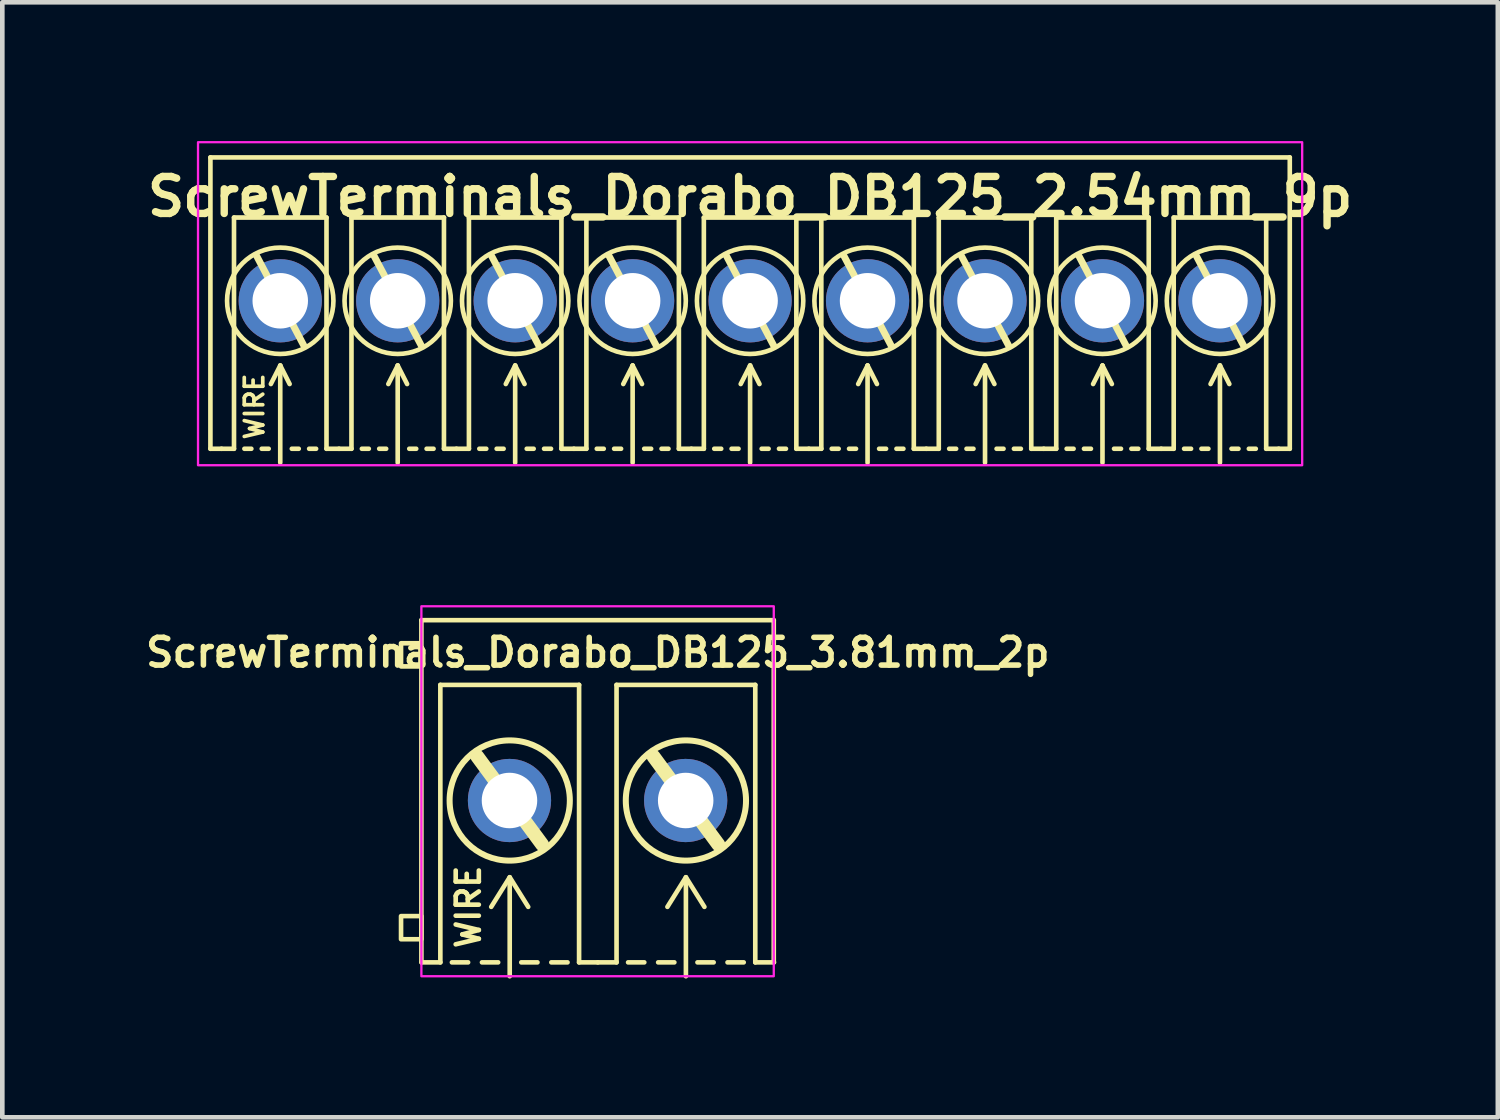
<source format=kicad_pcb>
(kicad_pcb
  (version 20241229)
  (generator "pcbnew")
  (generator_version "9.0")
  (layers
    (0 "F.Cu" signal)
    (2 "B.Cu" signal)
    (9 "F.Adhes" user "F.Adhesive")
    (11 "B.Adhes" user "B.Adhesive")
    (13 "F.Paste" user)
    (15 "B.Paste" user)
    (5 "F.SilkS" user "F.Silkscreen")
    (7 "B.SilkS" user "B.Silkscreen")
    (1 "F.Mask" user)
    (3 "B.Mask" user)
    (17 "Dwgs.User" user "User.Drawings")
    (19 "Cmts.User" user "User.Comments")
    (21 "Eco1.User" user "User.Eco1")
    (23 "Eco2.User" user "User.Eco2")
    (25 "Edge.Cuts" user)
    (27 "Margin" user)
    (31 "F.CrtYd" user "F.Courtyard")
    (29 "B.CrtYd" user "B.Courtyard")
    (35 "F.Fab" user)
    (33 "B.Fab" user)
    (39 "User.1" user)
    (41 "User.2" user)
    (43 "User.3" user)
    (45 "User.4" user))
  (footprint "ScrewTerminals_Dorabo_DB125_3.81mm_2p"
    (layer "F.Cu")
    (at 9.872 14.26)
    (property "Reference" "ScrewTerminals_Dorabo_DB125_3.81mm_2p" (at 0.005 -3.2 0) (unlocked yes) (layer "F.SilkS") (effects (font (size 0.6 0.6) (thickness 0.12) (bold yes))))
    (attr through_hole)
    (fp_line (start -3.81 -3.9) (end 3.81 -3.9) (stroke (width 0.1) (type default)) (layer "F.SilkS"))
    (fp_line (start -3.81 3.5) (end -3.81 -3.9) (stroke (width 0.1) (type default)) (layer "F.SilkS"))
    (fp_line (start -3.805 3.5) (end -3.4 3.5) (stroke (width 0.1) (type default)) (layer "F.SilkS"))
    (fp_line (start -3.4 -2.5) (end -0.4 -2.5) (stroke (width 0.1) (type solid)) (layer "F.SilkS"))
    (fp_line (start -3.4 3.5) (end -3.4 -2.5) (stroke (width 0.1) (type solid)) (layer "F.SilkS"))
    (fp_line (start -2.8 3.5) (end -3.15 3.5) (stroke (width 0.1) (type default)) (layer "F.SilkS"))
    (fp_line (start -2.6 -0.95) (end -1.2 0.95) (stroke (width 0.3) (type default)) (layer "F.SilkS"))
    (fp_line (start -2.15 3.5) (end -2.5 3.5) (stroke (width 0.1) (type default)) (layer "F.SilkS"))
    (fp_line (start -1.9 1.659) (end -2.3 2.3) (stroke (width 0.1) (type default)) (layer "F.SilkS"))
    (fp_line (start -1.9 1.659) (end -1.5 2.3) (stroke (width 0.1) (type default)) (layer "F.SilkS"))
    (fp_line (start -1.9 3.8) (end -1.9 1.679) (stroke (width 0.1) (type default)) (layer "F.SilkS"))
    (fp_line (start -1.65 3.5) (end -1.3 3.5) (stroke (width 0.1) (type default)) (layer "F.SilkS"))
    (fp_line (start -1 3.5) (end -0.65 3.5) (stroke (width 0.1) (type default)) (layer "F.SilkS"))
    (fp_line (start -0.4 -2.5) (end -0.4 3.5) (stroke (width 0.1) (type solid)) (layer "F.SilkS"))
    (fp_line (start -0.4 3.5) (end 0.005 3.5) (stroke (width 0.1) (type default)) (layer "F.SilkS"))
    (fp_line (start 0.005 3.5) (end 0.41 3.5) (stroke (width 0.1) (type default)) (layer "F.SilkS"))
    (fp_line (start 0.41 -2.5) (end 3.41 -2.5) (stroke (width 0.1) (type solid)) (layer "F.SilkS"))
    (fp_line (start 0.41 3.5) (end 0.41 -2.5) (stroke (width 0.1) (type solid)) (layer "F.SilkS"))
    (fp_line (start 1.01 3.5) (end 0.66 3.5) (stroke (width 0.1) (type default)) (layer "F.SilkS"))
    (fp_line (start 1.21 -0.95) (end 2.61 0.95) (stroke (width 0.3) (type default)) (layer "F.SilkS"))
    (fp_line (start 1.66 3.5) (end 1.31 3.5) (stroke (width 0.1) (type default)) (layer "F.SilkS"))
    (fp_line (start 1.91 1.659) (end 1.51 2.3) (stroke (width 0.1) (type default)) (layer "F.SilkS"))
    (fp_line (start 1.91 1.659) (end 2.31 2.3) (stroke (width 0.1) (type default)) (layer "F.SilkS"))
    (fp_line (start 1.91 3.8) (end 1.91 1.679) (stroke (width 0.1) (type default)) (layer "F.SilkS"))
    (fp_line (start 2.16 3.5) (end 2.51 3.5) (stroke (width 0.1) (type default)) (layer "F.SilkS"))
    (fp_line (start 2.81 3.5) (end 3.16 3.5) (stroke (width 0.1) (type default)) (layer "F.SilkS"))
    (fp_line (start 3.41 -2.5) (end 3.41 3.5) (stroke (width 0.1) (type solid)) (layer "F.SilkS"))
    (fp_line (start 3.41 3.5) (end 3.815 3.5) (stroke (width 0.1) (type default)) (layer "F.SilkS"))
    (fp_line (start 3.81 3.5) (end 3.81 -3.9) (stroke (width 0.1) (type default)) (layer "F.SilkS"))
    (fp_rect (start -4.25 -2.9) (end -3.83 -3.4) (stroke (width 0.1) (type default)) (fill no) (layer "F.SilkS"))
    (fp_rect (start -4.25 3) (end -3.81 2.5) (stroke (width 0.1) (type solid)) (fill no) (layer "F.SilkS"))
    (fp_circle (center -1.9 0) (end -0.6 0) (stroke (width 0.13) (type default)) (fill no) (layer "F.SilkS"))
    (fp_circle (center 1.91 0) (end 3.21 0) (stroke (width 0.13) (type default)) (fill no) (layer "F.SilkS"))
    (fp_rect (start -3.81 -4.2) (end 3.81 3.8) (stroke (width 0.05) (type solid)) (fill no) (layer "F.CrtYd"))
    (fp_text user "WIRE" (at -2.794 2.3 90) (unlocked yes) (layer "F.SilkS") (effects (font (size 0.5 0.5) (thickness 0.1) (bold yes))))
    (pad "1" thru_hole circle (at -1.905 0 180) (size 1.8 1.8) (drill 1.2) (layers "*.Cu" "*.Mask"))
    (pad "2" thru_hole circle (at 1.905 0 180) (size 1.8 1.8) (drill 1.2) (layers "*.Cu" "*.Mask")))
  (footprint "ScrewTerminals_Dorabo_DB125_2.54mm_9p"
    (layer "F.Cu")
    (at 13.17 3.454)
    (property "Reference" "ScrewTerminals_Dorabo_DB125_2.54mm_9p" (at 0 -2.25 0) (unlocked yes) (layer "F.SilkS") (effects (font (size 0.8 0.8) (thickness 0.16) (bold yes))))
    (attr through_hole)
    (fp_line (start -11.67 -3.1) (end 11.67 -3.1) (stroke (width 0.1) (type default)) (layer "F.SilkS"))
    (fp_line (start -11.67 3.2) (end -11.67 -3.1) (stroke (width 0.1) (type default)) (layer "F.SilkS"))
    (fp_line (start -11.67 3.2) (end -11.43 3.2) (stroke (width 0.1) (type default)) (layer "F.SilkS"))
    (fp_line (start -11.43 3.2) (end -11.16 3.2) (stroke (width 0.1) (type default)) (layer "F.SilkS"))
    (fp_line (start -11.16 -1.8) (end -9.16 -1.8) (stroke (width 0.1) (type solid)) (layer "F.SilkS"))
    (fp_line (start -11.16 3.2) (end -11.16 -1.8) (stroke (width 0.1) (type solid)) (layer "F.SilkS"))
    (fp_line (start -10.935 3.2) (end -10.785 3.2) (stroke (width 0.1) (type default)) (layer "F.SilkS"))
    (fp_line (start -10.668 -0.965) (end -9.652 0.965) (stroke (width 0.15) (type default)) (layer "F.SilkS"))
    (fp_line (start -10.56 3.2) (end -10.41 3.2) (stroke (width 0.1) (type default)) (layer "F.SilkS"))
    (fp_line (start -10.16 1.4) (end -10.363 1.8) (stroke (width 0.1) (type default)) (layer "F.SilkS"))
    (fp_line (start -10.16 1.4) (end -9.957 1.8) (stroke (width 0.1) (type default)) (layer "F.SilkS"))
    (fp_line (start -10.16 3.5) (end -10.16 1.4) (stroke (width 0.1) (type default)) (layer "F.SilkS"))
    (fp_line (start -9.91 3.2) (end -9.76 3.2) (stroke (width 0.1) (type default)) (layer "F.SilkS"))
    (fp_line (start -9.535 3.2) (end -9.385 3.2) (stroke (width 0.1) (type default)) (layer "F.SilkS"))
    (fp_line (start -9.16 -1.8) (end -9.16 3.2) (stroke (width 0.1) (type solid)) (layer "F.SilkS"))
    (fp_line (start -9.16 3.2) (end -8.89 3.2) (stroke (width 0.1) (type default)) (layer "F.SilkS"))
    (fp_line (start -8.89 3.2) (end -8.62 3.2) (stroke (width 0.1) (type default)) (layer "F.SilkS"))
    (fp_line (start -8.62 -1.8) (end -6.62 -1.8) (stroke (width 0.1) (type solid)) (layer "F.SilkS"))
    (fp_line (start -8.62 3.2) (end -8.62 -1.8) (stroke (width 0.1) (type solid)) (layer "F.SilkS"))
    (fp_line (start -8.395 3.2) (end -8.245 3.2) (stroke (width 0.1) (type default)) (layer "F.SilkS"))
    (fp_line (start -8.128 -0.965) (end -7.112 0.965) (stroke (width 0.15) (type default)) (layer "F.SilkS"))
    (fp_line (start -8.02 3.2) (end -7.87 3.2) (stroke (width 0.1) (type default)) (layer "F.SilkS"))
    (fp_line (start -7.62 1.4) (end -7.823 1.8) (stroke (width 0.1) (type default)) (layer "F.SilkS"))
    (fp_line (start -7.62 1.4) (end -7.417 1.8) (stroke (width 0.1) (type default)) (layer "F.SilkS"))
    (fp_line (start -7.62 3.5) (end -7.62 1.4) (stroke (width 0.1) (type default)) (layer "F.SilkS"))
    (fp_line (start -7.37 3.2) (end -7.22 3.2) (stroke (width 0.1) (type default)) (layer "F.SilkS"))
    (fp_line (start -6.995 3.2) (end -6.845 3.2) (stroke (width 0.1) (type default)) (layer "F.SilkS"))
    (fp_line (start -6.62 -1.8) (end -6.62 3.2) (stroke (width 0.1) (type solid)) (layer "F.SilkS"))
    (fp_line (start -6.62 3.2) (end -6.35 3.2) (stroke (width 0.1) (type default)) (layer "F.SilkS"))
    (fp_line (start -6.35 3.2) (end -6.08 3.2) (stroke (width 0.1) (type default)) (layer "F.SilkS"))
    (fp_line (start -6.08 -1.8) (end -4.08 -1.8) (stroke (width 0.1) (type solid)) (layer "F.SilkS"))
    (fp_line (start -6.08 3.2) (end -6.08 -1.8) (stroke (width 0.1) (type solid)) (layer "F.SilkS"))
    (fp_line (start -5.855 3.2) (end -5.705 3.2) (stroke (width 0.1) (type default)) (layer "F.SilkS"))
    (fp_line (start -5.588 -0.965) (end -4.572 0.965) (stroke (width 0.15) (type default)) (layer "F.SilkS"))
    (fp_line (start -5.48 3.2) (end -5.33 3.2) (stroke (width 0.1) (type default)) (layer "F.SilkS"))
    (fp_line (start -5.08 1.4) (end -5.283 1.8) (stroke (width 0.1) (type default)) (layer "F.SilkS"))
    (fp_line (start -5.08 1.4) (end -4.877 1.8) (stroke (width 0.1) (type default)) (layer "F.SilkS"))
    (fp_line (start -5.08 3.5) (end -5.08 1.4) (stroke (width 0.1) (type default)) (layer "F.SilkS"))
    (fp_line (start -4.83 3.2) (end -4.68 3.2) (stroke (width 0.1) (type default)) (layer "F.SilkS"))
    (fp_line (start -4.455 3.2) (end -4.305 3.2) (stroke (width 0.1) (type default)) (layer "F.SilkS"))
    (fp_line (start -4.08 -1.8) (end -4.08 3.2) (stroke (width 0.1) (type solid)) (layer "F.SilkS"))
    (fp_line (start -4.08 3.2) (end -3.81 3.2) (stroke (width 0.1) (type default)) (layer "F.SilkS"))
    (fp_line (start -3.81 3.2) (end -3.54 3.2) (stroke (width 0.1) (type default)) (layer "F.SilkS"))
    (fp_line (start -3.54 -1.8) (end -1.54 -1.8) (stroke (width 0.1) (type solid)) (layer "F.SilkS"))
    (fp_line (start -3.54 3.2) (end -3.54 -1.8) (stroke (width 0.1) (type solid)) (layer "F.SilkS"))
    (fp_line (start -3.315 3.2) (end -3.165 3.2) (stroke (width 0.1) (type default)) (layer "F.SilkS"))
    (fp_line (start -3.048 -0.965) (end -2.032 0.965) (stroke (width 0.15) (type default)) (layer "F.SilkS"))
    (fp_line (start -2.94 3.2) (end -2.79 3.2) (stroke (width 0.1) (type default)) (layer "F.SilkS"))
    (fp_line (start -2.54 1.4) (end -2.743 1.8) (stroke (width 0.1) (type default)) (layer "F.SilkS"))
    (fp_line (start -2.54 1.4) (end -2.337 1.8) (stroke (width 0.1) (type default)) (layer "F.SilkS"))
    (fp_line (start -2.54 3.5) (end -2.54 1.4) (stroke (width 0.1) (type default)) (layer "F.SilkS"))
    (fp_line (start -2.29 3.2) (end -2.14 3.2) (stroke (width 0.1) (type default)) (layer "F.SilkS"))
    (fp_line (start -1.915 3.2) (end -1.765 3.2) (stroke (width 0.1) (type default)) (layer "F.SilkS"))
    (fp_line (start -1.54 -1.8) (end -1.54 3.2) (stroke (width 0.1) (type solid)) (layer "F.SilkS"))
    (fp_line (start -1.54 3.2) (end -1.27 3.2) (stroke (width 0.1) (type default)) (layer "F.SilkS"))
    (fp_line (start -1.27 3.2) (end -1 3.2) (stroke (width 0.1) (type default)) (layer "F.SilkS"))
    (fp_line (start -1 -1.8) (end 1 -1.8) (stroke (width 0.1) (type solid)) (layer "F.SilkS"))
    (fp_line (start -1 3.2) (end -1 -1.8) (stroke (width 0.1) (type solid)) (layer "F.SilkS"))
    (fp_line (start -0.775 3.2) (end -0.625 3.2) (stroke (width 0.1) (type default)) (layer "F.SilkS"))
    (fp_line (start -0.508 -0.965) (end 0.508 0.965) (stroke (width 0.15) (type default)) (layer "F.SilkS"))
    (fp_line (start -0.4 3.2) (end -0.25 3.2) (stroke (width 0.1) (type default)) (layer "F.SilkS"))
    (fp_line (start 0 1.4) (end -0.203 1.8) (stroke (width 0.1) (type default)) (layer "F.SilkS"))
    (fp_line (start 0 1.4) (end 0.203 1.8) (stroke (width 0.1) (type default)) (layer "F.SilkS"))
    (fp_line (start 0 3.5) (end 0 1.4) (stroke (width 0.1) (type default)) (layer "F.SilkS"))
    (fp_line (start 0.25 3.2) (end 0.4 3.2) (stroke (width 0.1) (type default)) (layer "F.SilkS"))
    (fp_line (start 0.625 3.2) (end 0.775 3.2) (stroke (width 0.1) (type default)) (layer "F.SilkS"))
    (fp_line (start 1 -1.8) (end 1 3.2) (stroke (width 0.1) (type solid)) (layer "F.SilkS"))
    (fp_line (start 1 3.2) (end 1.27 3.2) (stroke (width 0.1) (type default)) (layer "F.SilkS"))
    (fp_line (start 1.27 3.2) (end 1.54 3.2) (stroke (width 0.1) (type default)) (layer "F.SilkS"))
    (fp_line (start 1.54 -1.8) (end 3.54 -1.8) (stroke (width 0.1) (type solid)) (layer "F.SilkS"))
    (fp_line (start 1.54 3.2) (end 1.54 -1.8) (stroke (width 0.1) (type solid)) (layer "F.SilkS"))
    (fp_line (start 1.765 3.2) (end 1.915 3.2) (stroke (width 0.1) (type default)) (layer "F.SilkS"))
    (fp_line (start 2.032 -0.965) (end 3.048 0.965) (stroke (width 0.15) (type default)) (layer "F.SilkS"))
    (fp_line (start 2.14 3.2) (end 2.29 3.2) (stroke (width 0.1) (type default)) (layer "F.SilkS"))
    (fp_line (start 2.54 1.4) (end 2.337 1.8) (stroke (width 0.1) (type default)) (layer "F.SilkS"))
    (fp_line (start 2.54 1.4) (end 2.743 1.8) (stroke (width 0.1) (type default)) (layer "F.SilkS"))
    (fp_line (start 2.54 3.5) (end 2.54 1.4) (stroke (width 0.1) (type default)) (layer "F.SilkS"))
    (fp_line (start 2.79 3.2) (end 2.94 3.2) (stroke (width 0.1) (type default)) (layer "F.SilkS"))
    (fp_line (start 3.165 3.2) (end 3.315 3.2) (stroke (width 0.1) (type default)) (layer "F.SilkS"))
    (fp_line (start 3.54 -1.8) (end 3.54 3.2) (stroke (width 0.1) (type solid)) (layer "F.SilkS"))
    (fp_line (start 3.54 3.2) (end 3.81 3.2) (stroke (width 0.1) (type default)) (layer "F.SilkS"))
    (fp_line (start 3.81 3.2) (end 4.08 3.2) (stroke (width 0.1) (type default)) (layer "F.SilkS"))
    (fp_line (start 4.08 -1.8) (end 6.08 -1.8) (stroke (width 0.1) (type solid)) (layer "F.SilkS"))
    (fp_line (start 4.08 3.2) (end 4.08 -1.8) (stroke (width 0.1) (type solid)) (layer "F.SilkS"))
    (fp_line (start 4.305 3.2) (end 4.455 3.2) (stroke (width 0.1) (type default)) (layer "F.SilkS"))
    (fp_line (start 4.572 -0.965) (end 5.588 0.965) (stroke (width 0.15) (type default)) (layer "F.SilkS"))
    (fp_line (start 4.68 3.2) (end 4.83 3.2) (stroke (width 0.1) (type default)) (layer "F.SilkS"))
    (fp_line (start 5.08 1.4) (end 4.877 1.8) (stroke (width 0.1) (type default)) (layer "F.SilkS"))
    (fp_line (start 5.08 1.4) (end 5.283 1.8) (stroke (width 0.1) (type default)) (layer "F.SilkS"))
    (fp_line (start 5.08 3.5) (end 5.08 1.4) (stroke (width 0.1) (type default)) (layer "F.SilkS"))
    (fp_line (start 5.33 3.2) (end 5.48 3.2) (stroke (width 0.1) (type default)) (layer "F.SilkS"))
    (fp_line (start 5.705 3.2) (end 5.855 3.2) (stroke (width 0.1) (type default)) (layer "F.SilkS"))
    (fp_line (start 6.08 -1.8) (end 6.08 3.2) (stroke (width 0.1) (type solid)) (layer "F.SilkS"))
    (fp_line (start 6.08 3.2) (end 6.35 3.2) (stroke (width 0.1) (type default)) (layer "F.SilkS"))
    (fp_line (start 6.35 3.2) (end 6.62 3.2) (stroke (width 0.1) (type default)) (layer "F.SilkS"))
    (fp_line (start 6.62 -1.8) (end 8.62 -1.8) (stroke (width 0.1) (type solid)) (layer "F.SilkS"))
    (fp_line (start 6.62 3.2) (end 6.62 -1.8) (stroke (width 0.1) (type solid)) (layer "F.SilkS"))
    (fp_line (start 6.845 3.2) (end 6.995 3.2) (stroke (width 0.1) (type default)) (layer "F.SilkS"))
    (fp_line (start 7.112 -0.965) (end 8.128 0.965) (stroke (width 0.15) (type default)) (layer "F.SilkS"))
    (fp_line (start 7.22 3.2) (end 7.37 3.2) (stroke (width 0.1) (type default)) (layer "F.SilkS"))
    (fp_line (start 7.62 1.4) (end 7.417 1.8) (stroke (width 0.1) (type default)) (layer "F.SilkS"))
    (fp_line (start 7.62 1.4) (end 7.823 1.8) (stroke (width 0.1) (type default)) (layer "F.SilkS"))
    (fp_line (start 7.62 3.5) (end 7.62 1.4) (stroke (width 0.1) (type default)) (layer "F.SilkS"))
    (fp_line (start 7.87 3.2) (end 8.02 3.2) (stroke (width 0.1) (type default)) (layer "F.SilkS"))
    (fp_line (start 8.245 3.2) (end 8.395 3.2) (stroke (width 0.1) (type default)) (layer "F.SilkS"))
    (fp_line (start 8.62 -1.8) (end 8.62 3.2) (stroke (width 0.1) (type solid)) (layer "F.SilkS"))
    (fp_line (start 8.62 3.2) (end 8.89 3.2) (stroke (width 0.1) (type default)) (layer "F.SilkS"))
    (fp_line (start 8.89 3.2) (end 9.16 3.2) (stroke (width 0.1) (type default)) (layer "F.SilkS"))
    (fp_line (start 9.16 -1.8) (end 11.16 -1.8) (stroke (width 0.1) (type solid)) (layer "F.SilkS"))
    (fp_line (start 9.16 3.2) (end 9.16 -1.8) (stroke (width 0.1) (type solid)) (layer "F.SilkS"))
    (fp_line (start 9.385 3.2) (end 9.535 3.2) (stroke (width 0.1) (type default)) (layer "F.SilkS"))
    (fp_line (start 9.652 -0.965) (end 10.668 0.965) (stroke (width 0.15) (type default)) (layer "F.SilkS"))
    (fp_line (start 9.76 3.2) (end 9.91 3.2) (stroke (width 0.1) (type default)) (layer "F.SilkS"))
    (fp_line (start 10.16 1.4) (end 9.957 1.8) (stroke (width 0.1) (type default)) (layer "F.SilkS"))
    (fp_line (start 10.16 1.4) (end 10.363 1.8) (stroke (width 0.1) (type default)) (layer "F.SilkS"))
    (fp_line (start 10.16 3.5) (end 10.16 1.4) (stroke (width 0.1) (type default)) (layer "F.SilkS"))
    (fp_line (start 10.41 3.2) (end 10.56 3.2) (stroke (width 0.1) (type default)) (layer "F.SilkS"))
    (fp_line (start 10.785 3.2) (end 10.935 3.2) (stroke (width 0.1) (type default)) (layer "F.SilkS"))
    (fp_line (start 11.16 -1.8) (end 11.16 3.2) (stroke (width 0.1) (type solid)) (layer "F.SilkS"))
    (fp_line (start 11.16 3.2) (end 11.43 3.2) (stroke (width 0.1) (type default)) (layer "F.SilkS"))
    (fp_line (start 11.67 3.2) (end 11.43 3.2) (stroke (width 0.1) (type default)) (layer "F.SilkS"))
    (fp_line (start 11.67 3.2) (end 11.67 -3.1) (stroke (width 0.1) (type default)) (layer "F.SilkS"))
    (fp_circle (center -10.16 0) (end -11.31 0) (stroke (width 0.1) (type default)) (fill no) (layer "F.SilkS"))
    (fp_circle (center -7.62 0) (end -8.77 0) (stroke (width 0.1) (type default)) (fill no) (layer "F.SilkS"))
    (fp_circle (center -5.08 0) (end -6.23 0) (stroke (width 0.1) (type default)) (fill no) (layer "F.SilkS"))
    (fp_circle (center -2.54 0) (end -3.69 0) (stroke (width 0.1) (type default)) (fill no) (layer "F.SilkS"))
    (fp_circle (center 0 0) (end -1.15 0) (stroke (width 0.1) (type default)) (fill no) (layer "F.SilkS"))
    (fp_circle (center 2.54 0) (end 1.39 0) (stroke (width 0.1) (type default)) (fill no) (layer "F.SilkS"))
    (fp_circle (center 5.08 0) (end 3.93 0) (stroke (width 0.1) (type default)) (fill no) (layer "F.SilkS"))
    (fp_circle (center 7.62 0) (end 6.47 0) (stroke (width 0.1) (type default)) (fill no) (layer "F.SilkS"))
    (fp_circle (center 10.16 0) (end 9.01 0) (stroke (width 0.1) (type default)) (fill no) (layer "F.SilkS"))
    (fp_rect (start -11.938 -3.429) (end 11.938 3.556) (stroke (width 0.05) (type default)) (fill no) (layer "F.CrtYd"))
    (fp_text user "WIRE" (at -10.719 2.286 90) (unlocked yes) (layer "F.SilkS") (effects (font (size 0.4 0.4) (thickness 0.08) (bold yes))))
    (pad "1" thru_hole circle (at -10.16 0) (size 1.8 1.8) (drill 1.2) (layers "*.Cu" "*.Mask"))
    (pad "2" thru_hole circle (at -7.62 0) (size 1.8 1.8) (drill 1.2) (layers "*.Cu" "*.Mask"))
    (pad "3" thru_hole circle (at -5.08 0) (size 1.8 1.8) (drill 1.2) (layers "*.Cu" "*.Mask"))
    (pad "4" thru_hole circle (at -2.54 0) (size 1.8 1.8) (drill 1.2) (layers "*.Cu" "*.Mask"))
    (pad "5" thru_hole circle (at 0 0) (size 1.8 1.8) (drill 1.2) (layers "*.Cu" "*.Mask"))
    (pad "6" thru_hole circle (at 2.54 0) (size 1.8 1.8) (drill 1.2) (layers "*.Cu" "*.Mask"))
    (pad "7" thru_hole circle (at 5.08 0) (size 1.8 1.8) (drill 1.2) (layers "*.Cu" "*.Mask"))
    (pad "8" thru_hole circle (at 7.62 0) (size 1.8 1.8) (drill 1.2) (layers "*.Cu" "*.Mask"))
    (pad "9" thru_hole circle (at 10.16 0) (size 1.8 1.8) (drill 1.2) (layers "*.Cu" "*.Mask")))
  (gr_rect
    (start -3 -3)
    (end 29.339 21.11)
    (stroke (width 0.1) (type default))
    (fill no)
    (layer "Edge.Cuts")))
</source>
